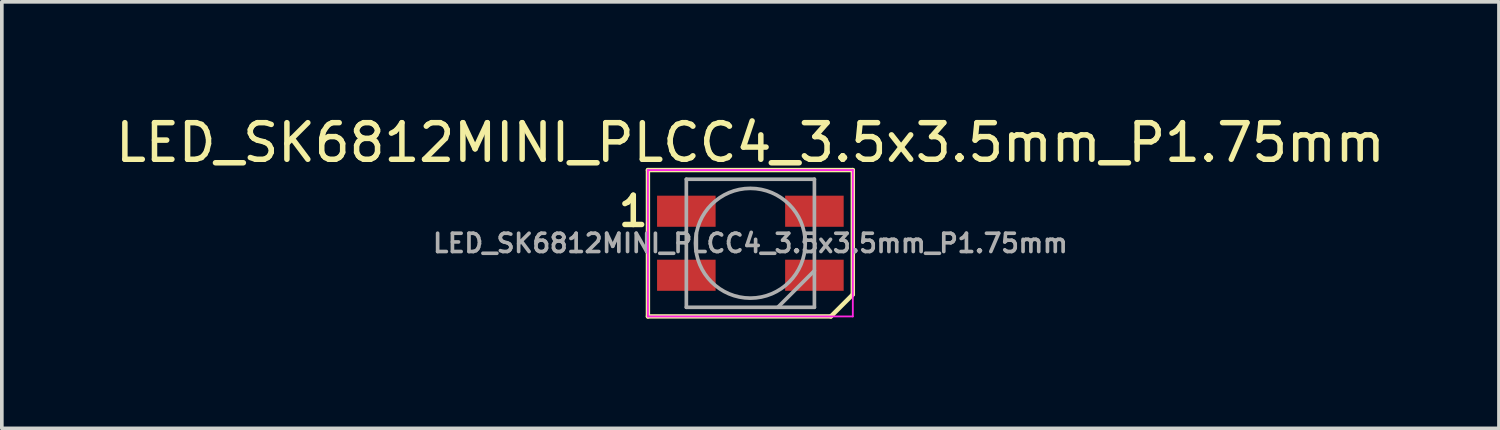
<source format=kicad_pcb>
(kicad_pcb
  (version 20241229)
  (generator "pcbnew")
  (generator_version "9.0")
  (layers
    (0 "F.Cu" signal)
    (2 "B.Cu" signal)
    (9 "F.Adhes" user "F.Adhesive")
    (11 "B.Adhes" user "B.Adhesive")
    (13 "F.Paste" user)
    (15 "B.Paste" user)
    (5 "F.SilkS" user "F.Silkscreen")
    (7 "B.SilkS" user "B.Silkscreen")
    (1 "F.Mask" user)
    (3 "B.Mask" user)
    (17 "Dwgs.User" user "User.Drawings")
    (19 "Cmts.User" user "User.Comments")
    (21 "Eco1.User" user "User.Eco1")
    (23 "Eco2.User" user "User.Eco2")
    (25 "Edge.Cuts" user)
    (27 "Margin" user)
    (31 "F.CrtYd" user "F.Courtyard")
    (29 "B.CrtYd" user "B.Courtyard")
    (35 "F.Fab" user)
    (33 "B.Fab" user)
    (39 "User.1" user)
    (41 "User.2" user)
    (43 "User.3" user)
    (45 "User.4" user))
  (footprint "LED_SK6812MINI_PLCC4_3.5x3.5mm_P1.75mm"
    (layer "F.Cu")
    (at 17.458 3.598)
    (property "Reference" "LED_SK6812MINI_PLCC4_3.5x3.5mm_P1.75mm" (at 0 -2.75 0) (layer "F.SilkS") (effects (font (size 1 1) (thickness 0.15))))
    (attr smd)
    (fp_line (start -2.8 -2) (end -2.8 2) (stroke (width 0.12) (type default)) (layer "F.SilkS"))
    (fp_line (start -2.8 -2) (end 2.8 -2) (stroke (width 0.12) (type solid)) (layer "F.SilkS"))
    (fp_line (start -2.8 2) (end 2.2 2) (stroke (width 0.12) (type solid)) (layer "F.SilkS"))
    (fp_line (start 2.8 1.4) (end 2.2 2) (stroke (width 0.12) (type default)) (layer "F.SilkS"))
    (fp_line (start 2.8 1.4) (end 2.8 -2) (stroke (width 0.12) (type solid)) (layer "F.SilkS"))
    (fp_line (start -2.8 -2) (end -2.8 2) (stroke (width 0.05) (type solid)) (layer "F.CrtYd"))
    (fp_line (start -2.8 2) (end 2.8 2) (stroke (width 0.05) (type solid)) (layer "F.CrtYd"))
    (fp_line (start 2.8 -2) (end -2.8 -2) (stroke (width 0.05) (type solid)) (layer "F.CrtYd"))
    (fp_line (start 2.8 2) (end 2.8 -2) (stroke (width 0.05) (type solid)) (layer "F.CrtYd"))
    (fp_line (start -1.75 -1.75) (end -1.75 1.75) (stroke (width 0.1) (type solid)) (layer "F.Fab"))
    (fp_line (start -1.75 1.75) (end 1.75 1.75) (stroke (width 0.1) (type solid)) (layer "F.Fab"))
    (fp_line (start 1.75 -1.75) (end -1.75 -1.75) (stroke (width 0.1) (type solid)) (layer "F.Fab"))
    (fp_line (start 1.75 0.75) (end 0.75 1.75) (stroke (width 0.1) (type solid)) (layer "F.Fab"))
    (fp_line (start 1.75 1.75) (end 1.75 -1.75) (stroke (width 0.1) (type solid)) (layer "F.Fab"))
    (fp_circle (center 0 0) (end 0 -1.5) (stroke (width 0.1) (type solid)) (fill no) (layer "F.Fab"))
    (fp_text user "1" (at -3.2 -0.875 0) (unlocked yes) (layer "F.SilkS") (effects (font (size 0.8 0.8) (thickness 0.15))))
    (fp_text user "${REFERENCE}" (at 0 0 0) (layer "F.Fab") (effects (font (size 0.5 0.5) (thickness 0.1))))
    (pad "1" smd rect (at -1.75 -0.875) (size 1.6 0.85) (layers "F.Cu" "F.Mask" "F.Paste"))
    (pad "2" smd rect (at -1.75 0.875) (size 1.6 0.85) (layers "F.Cu" "F.Mask" "F.Paste"))
    (pad "3" smd rect (at 1.75 0.875) (size 1.6 0.85) (layers "F.Cu" "F.Mask" "F.Paste"))
    (pad "4" smd rect (at 1.75 -0.875) (size 1.6 0.85) (layers "F.Cu" "F.Mask" "F.Paste")))
  (gr_rect
    (start -3 -3)
    (end 37.917 8.658)
    (stroke (width 0.1) (type default))
    (fill no)
    (layer "Edge.Cuts")))
</source>
